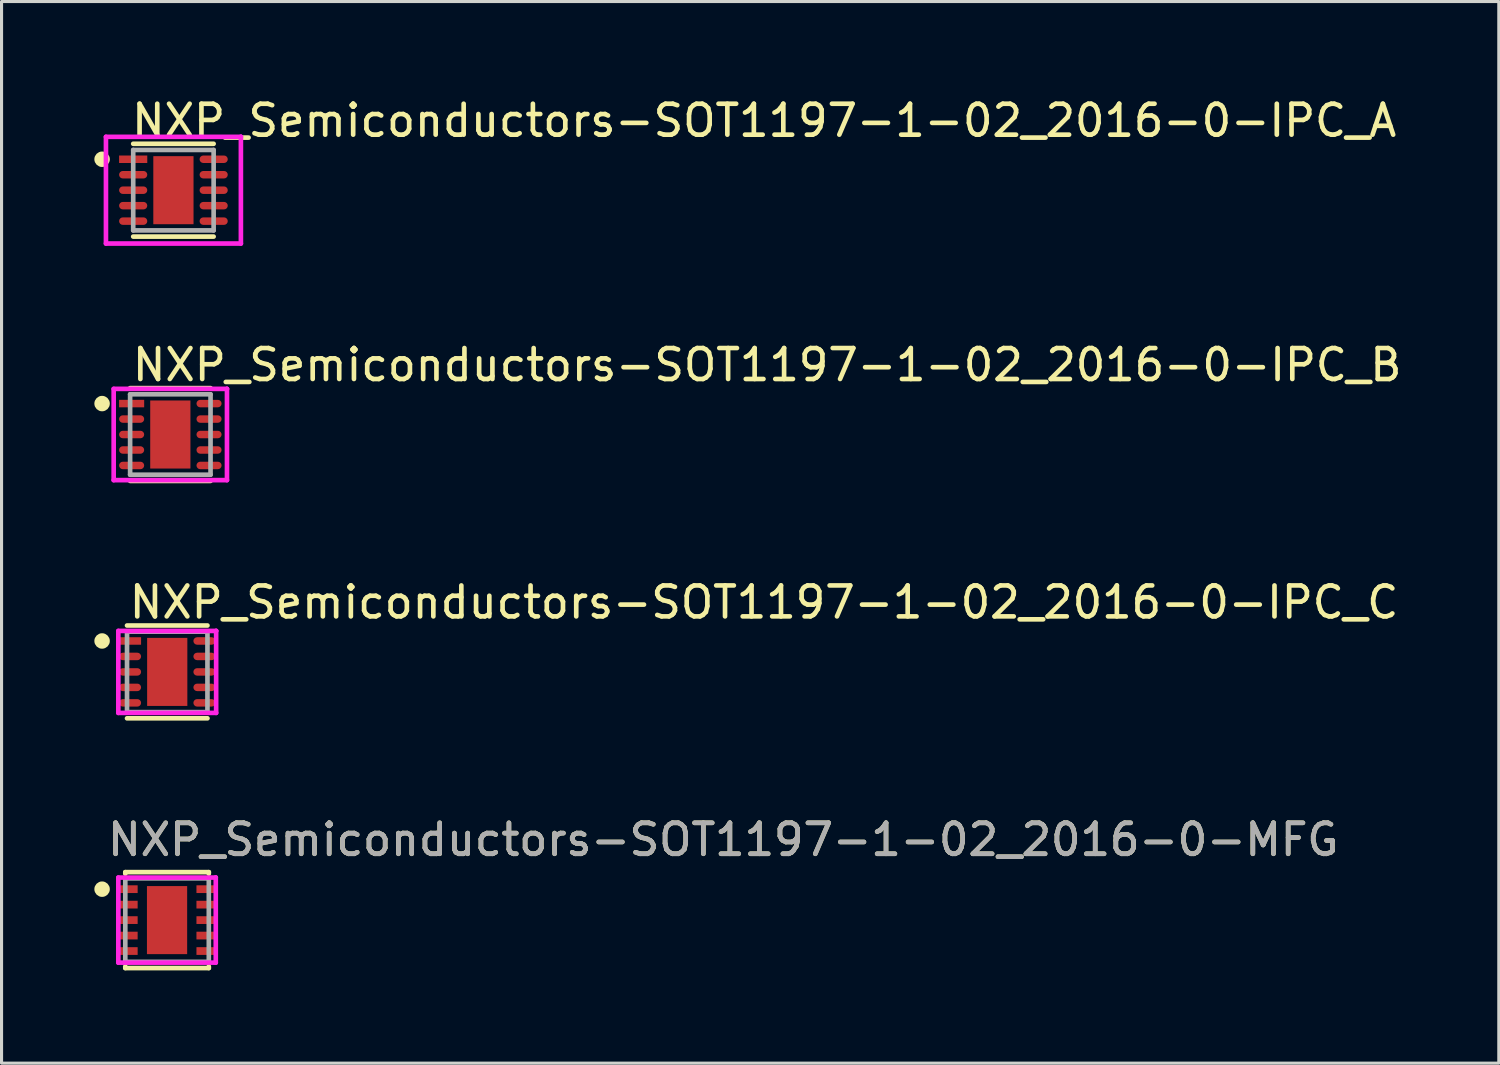
<source format=kicad_pcb>
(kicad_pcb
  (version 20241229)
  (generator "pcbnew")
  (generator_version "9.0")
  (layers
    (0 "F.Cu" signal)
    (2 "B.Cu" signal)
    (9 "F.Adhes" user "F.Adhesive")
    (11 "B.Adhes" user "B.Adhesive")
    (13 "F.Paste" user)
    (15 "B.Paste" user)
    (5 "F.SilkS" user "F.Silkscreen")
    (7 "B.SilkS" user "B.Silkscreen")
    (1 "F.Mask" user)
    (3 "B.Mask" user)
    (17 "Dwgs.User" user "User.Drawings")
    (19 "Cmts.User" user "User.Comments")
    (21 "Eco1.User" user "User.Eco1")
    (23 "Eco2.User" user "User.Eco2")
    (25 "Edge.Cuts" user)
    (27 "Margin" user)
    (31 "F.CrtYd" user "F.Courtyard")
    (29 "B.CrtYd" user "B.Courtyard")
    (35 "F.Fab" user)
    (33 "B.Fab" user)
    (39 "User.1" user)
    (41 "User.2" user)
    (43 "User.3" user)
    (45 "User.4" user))
  (footprint "NXP_Semiconductors-SOT1197-1-02_2016-0-IPC_B"
    (layer "F.Cu")
    (at 2.456 10.996)
    (property "Reference" "NXP_Semiconductors-SOT1197-1-02_2016-0-IPC_B" (at -1.306 -2.25 0) (layer "F.SilkS") (effects (font (size 1 1) (thickness 0.15)) (justify left)))
    (attr through_hole)
    (fp_line (start -1.3 -1.5) (end 1.3 -1.5) (stroke (width 0.15) (type solid)) (layer "F.SilkS"))
    (fp_line (start -1.3 1.5) (end 1.3 1.5) (stroke (width 0.15) (type solid)) (layer "F.SilkS"))
    (fp_circle (center -2.206 -1) (end -2.081 -1) (stroke (width 0.25) (type solid)) (fill no) (layer "F.SilkS"))
    (fp_poly (pts (xy -0.355 -0.805) (xy 0.355 -0.805) (xy 0.355 0.805) (xy -0.355 0.805)) (stroke (width 0) (type solid)) (fill yes) (layer "F.Paste"))
    (fp_line (start -1.831 -1.475) (end -1.831 1.475) (stroke (width 0.15) (type solid)) (layer "F.CrtYd"))
    (fp_line (start -1.831 1.475) (end 1.831 1.475) (stroke (width 0.15) (type solid)) (layer "F.CrtYd"))
    (fp_line (start 1.831 -1.475) (end -1.831 -1.475) (stroke (width 0.15) (type solid)) (layer "F.CrtYd"))
    (fp_line (start 1.831 -1.475) (end 1.831 -1.475) (stroke (width 0.15) (type solid)) (layer "F.CrtYd"))
    (fp_line (start 1.831 1.475) (end 1.831 -1.475) (stroke (width 0.15) (type solid)) (layer "F.CrtYd"))
    (fp_line (start -1.3 -1.3) (end 1.3 -1.3) (stroke (width 0.15) (type solid)) (layer "F.Fab"))
    (fp_line (start -1.3 1.3) (end -1.3 -1.3) (stroke (width 0.15) (type solid)) (layer "F.Fab"))
    (fp_line (start 1.3 -1.3) (end 1.3 1.3) (stroke (width 0.15) (type solid)) (layer "F.Fab"))
    (fp_line (start 1.3 1.3) (end -1.3 1.3) (stroke (width 0.15) (type solid)) (layer "F.Fab"))
    (pad "1" smd rect (at -1.251 -1) (size 0.811 0.242) (layers "F.Cu" "F.Mask" "F.Paste"))
    (pad "2" smd roundrect (at -1.251 -0.5) (size 0.811 0.242) (layers "F.Cu" "F.Mask" "F.Paste") (roundrect_rratio 0.5))
    (pad "3" smd roundrect (at -1.251 0) (size 0.811 0.242) (layers "F.Cu" "F.Mask" "F.Paste") (roundrect_rratio 0.5))
    (pad "4" smd roundrect (at -1.251 0.5) (size 0.811 0.242) (layers "F.Cu" "F.Mask" "F.Paste") (roundrect_rratio 0.5))
    (pad "5" smd roundrect (at -1.251 1) (size 0.811 0.242) (layers "F.Cu" "F.Mask" "F.Paste") (roundrect_rratio 0.5))
    (pad "6" smd roundrect (at 1.251 1) (size 0.811 0.242) (layers "F.Cu" "F.Mask" "F.Paste") (roundrect_rratio 0.5))
    (pad "7" smd roundrect (at 1.251 0.5) (size 0.811 0.242) (layers "F.Cu" "F.Mask" "F.Paste") (roundrect_rratio 0.5))
    (pad "8" smd roundrect (at 1.251 0) (size 0.811 0.242) (layers "F.Cu" "F.Mask" "F.Paste") (roundrect_rratio 0.5))
    (pad "9" smd roundrect (at 1.251 -0.5) (size 0.811 0.242) (layers "F.Cu" "F.Mask" "F.Paste") (roundrect_rratio 0.5))
    (pad "10" smd roundrect (at 1.251 -1) (size 0.811 0.242) (layers "F.Cu" "F.Mask" "F.Paste") (roundrect_rratio 0.5))
    (pad "11" smd rect (at 0 0) (size 1.3 2.2) (layers "F.Cu" "F.Mask")))
  (footprint "NXP_Semiconductors-SOT1197-1-02_2016-0-MFG"
    (layer "F.Cu")
    (at 2.35 26.693)
    (property "Reference" "NXP_Semiconductors-SOT1197-1-02_2016-0-MFG" (at -2 -2.6 0) (layer "F.SilkS") (effects (font (size 1 1) (thickness 0.15)) (justify left)))
    (attr through_hole)
    (fp_line (start -1.35 -1.55) (end 1.35 -1.55) (stroke (width 0.15) (type solid)) (layer "F.SilkS"))
    (fp_line (start -1.35 -1.5) (end -1.35 -1.55) (stroke (width 0.15) (type solid)) (layer "F.SilkS"))
    (fp_line (start -1.35 1.55) (end -1.35 1.5) (stroke (width 0.15) (type solid)) (layer "F.SilkS"))
    (fp_line (start -1.35 1.55) (end 1.35 1.55) (stroke (width 0.15) (type solid)) (layer "F.SilkS"))
    (fp_line (start 1.35 -1.5) (end 1.35 -1.55) (stroke (width 0.15) (type solid)) (layer "F.SilkS"))
    (fp_line (start 1.35 1.55) (end 1.35 1.5) (stroke (width 0.15) (type solid)) (layer "F.SilkS"))
    (fp_circle (center -2.1 -1) (end -1.975 -1) (stroke (width 0.25) (type solid)) (fill no) (layer "F.SilkS"))
    (fp_line (start -1.575 -1.375) (end -1.575 1.375) (stroke (width 0.15) (type solid)) (layer "F.CrtYd"))
    (fp_line (start -1.575 1.375) (end 1.575 1.375) (stroke (width 0.15) (type solid)) (layer "F.CrtYd"))
    (fp_line (start 1.575 -1.375) (end -1.575 -1.375) (stroke (width 0.15) (type solid)) (layer "F.CrtYd"))
    (fp_line (start 1.575 -1.375) (end 1.575 -1.375) (stroke (width 0.15) (type solid)) (layer "F.CrtYd"))
    (fp_line (start 1.575 1.375) (end 1.575 -1.375) (stroke (width 0.15) (type solid)) (layer "F.CrtYd"))
    (fp_line (start -1.35 -1.35) (end 1.35 -1.35) (stroke (width 0.15) (type solid)) (layer "F.Fab"))
    (fp_line (start -1.35 1.35) (end -1.35 -1.35) (stroke (width 0.15) (type solid)) (layer "F.Fab"))
    (fp_line (start 1.35 -1.35) (end 1.35 1.35) (stroke (width 0.15) (type solid)) (layer "F.Fab"))
    (fp_line (start 1.35 1.35) (end -1.35 1.35) (stroke (width 0.15) (type solid)) (layer "F.Fab"))
    (fp_text user "${REFERENCE}" (at -2 -2.6 0) (layer "F.Fab") (effects (font (size 1 1) (thickness 0.15)) (justify left)))
    (pad "" smd rect (at 0 0) (size 0.4 0.8) (layers "F.Paste"))
    (pad "1" smd rect (at -1.238 -1) (size 0.575 0.25) (layers "F.Cu" "F.Mask" "F.Paste"))
    (pad "2" smd rect (at -1.238 -0.5) (size 0.575 0.25) (layers "F.Cu" "F.Mask" "F.Paste"))
    (pad "3" smd rect (at -1.238 0) (size 0.575 0.25) (layers "F.Cu" "F.Mask" "F.Paste"))
    (pad "4" smd rect (at -1.238 0.5) (size 0.575 0.25) (layers "F.Cu" "F.Mask" "F.Paste"))
    (pad "5" smd rect (at -1.238 1) (size 0.575 0.25) (layers "F.Cu" "F.Mask" "F.Paste"))
    (pad "6" smd rect (at 1.238 1) (size 0.575 0.25) (layers "F.Cu" "F.Mask" "F.Paste"))
    (pad "7" smd rect (at 1.238 0.5) (size 0.575 0.25) (layers "F.Cu" "F.Mask" "F.Paste"))
    (pad "8" smd rect (at 1.238 0) (size 0.575 0.25) (layers "F.Cu" "F.Mask" "F.Paste"))
    (pad "9" smd rect (at 1.238 -0.5) (size 0.575 0.25) (layers "F.Cu" "F.Mask" "F.Paste"))
    (pad "10" smd rect (at 1.238 -1) (size 0.575 0.25) (layers "F.Cu" "F.Mask" "F.Paste"))
    (pad "11" smd rect (at 0 0) (size 1.3 2.2) (layers "F.Cu" "F.Mask")))
  (footprint "NXP_Semiconductors-SOT1197-1-02_2016-0-IPC_A"
    (layer "F.Cu")
    (at 2.556 3.098)
    (property "Reference" "NXP_Semiconductors-SOT1197-1-02_2016-0-IPC_A" (at -1.431 -2.25 0) (layer "F.SilkS") (effects (font (size 1 1) (thickness 0.15)) (justify left)))
    (attr through_hole)
    (fp_line (start -1.3 -1.5) (end 1.3 -1.5) (stroke (width 0.15) (type solid)) (layer "F.SilkS"))
    (fp_line (start -1.3 1.5) (end 1.3 1.5) (stroke (width 0.15) (type solid)) (layer "F.SilkS"))
    (fp_circle (center -2.306 -1) (end -2.181 -1) (stroke (width 0.25) (type solid)) (fill no) (layer "F.SilkS"))
    (fp_poly (pts (xy -0.355 -0.805) (xy 0.355 -0.805) (xy 0.355 0.805) (xy -0.355 0.805)) (stroke (width 0) (type solid)) (fill yes) (layer "F.Paste"))
    (fp_line (start -2.181 -1.725) (end -2.181 1.725) (stroke (width 0.15) (type solid)) (layer "F.CrtYd"))
    (fp_line (start -2.181 1.725) (end 2.181 1.725) (stroke (width 0.15) (type solid)) (layer "F.CrtYd"))
    (fp_line (start 2.181 -1.725) (end -2.181 -1.725) (stroke (width 0.15) (type solid)) (layer "F.CrtYd"))
    (fp_line (start 2.181 -1.725) (end 2.181 -1.725) (stroke (width 0.15) (type solid)) (layer "F.CrtYd"))
    (fp_line (start 2.181 1.725) (end 2.181 -1.725) (stroke (width 0.15) (type solid)) (layer "F.CrtYd"))
    (fp_line (start -1.3 -1.3) (end 1.3 -1.3) (stroke (width 0.15) (type solid)) (layer "F.Fab"))
    (fp_line (start -1.3 1.3) (end -1.3 -1.3) (stroke (width 0.15) (type solid)) (layer "F.Fab"))
    (fp_line (start 1.3 -1.3) (end 1.3 1.3) (stroke (width 0.15) (type solid)) (layer "F.Fab"))
    (fp_line (start 1.3 1.3) (end -1.3 1.3) (stroke (width 0.15) (type solid)) (layer "F.Fab"))
    (pad "1" smd rect (at -1.301 -1) (size 0.911 0.242) (layers "F.Cu" "F.Mask" "F.Paste"))
    (pad "2" smd roundrect (at -1.301 -0.5) (size 0.911 0.242) (layers "F.Cu" "F.Mask" "F.Paste") (roundrect_rratio 0.5))
    (pad "3" smd roundrect (at -1.301 0) (size 0.911 0.242) (layers "F.Cu" "F.Mask" "F.Paste") (roundrect_rratio 0.5))
    (pad "4" smd roundrect (at -1.301 0.5) (size 0.911 0.242) (layers "F.Cu" "F.Mask" "F.Paste") (roundrect_rratio 0.5))
    (pad "5" smd roundrect (at -1.301 1) (size 0.911 0.242) (layers "F.Cu" "F.Mask" "F.Paste") (roundrect_rratio 0.5))
    (pad "6" smd roundrect (at 1.301 1) (size 0.911 0.242) (layers "F.Cu" "F.Mask" "F.Paste") (roundrect_rratio 0.5))
    (pad "7" smd roundrect (at 1.301 0.5) (size 0.911 0.242) (layers "F.Cu" "F.Mask" "F.Paste") (roundrect_rratio 0.5))
    (pad "8" smd roundrect (at 1.301 0) (size 0.911 0.242) (layers "F.Cu" "F.Mask" "F.Paste") (roundrect_rratio 0.5))
    (pad "9" smd roundrect (at 1.301 -0.5) (size 0.911 0.242) (layers "F.Cu" "F.Mask" "F.Paste") (roundrect_rratio 0.5))
    (pad "10" smd roundrect (at 1.301 -1) (size 0.911 0.242) (layers "F.Cu" "F.Mask" "F.Paste") (roundrect_rratio 0.5))
    (pad "11" smd rect (at 0 0) (size 1.3 2.2) (layers "F.Cu" "F.Mask")))
  (footprint "NXP_Semiconductors-SOT1197-1-02_2016-0-IPC_C"
    (layer "F.Cu")
    (at 2.356 18.67)
    (property "Reference" "NXP_Semiconductors-SOT1197-1-02_2016-0-IPC_C" (at -1.306 -2.25 0) (layer "F.SilkS") (effects (font (size 1 1) (thickness 0.15)) (justify left)))
    (attr through_hole)
    (fp_line (start -1.3 -1.5) (end 1.3 -1.5) (stroke (width 0.15) (type solid)) (layer "F.SilkS"))
    (fp_line (start -1.3 1.5) (end 1.3 1.5) (stroke (width 0.15) (type solid)) (layer "F.SilkS"))
    (fp_circle (center -2.106 -1) (end -1.981 -1) (stroke (width 0.25) (type solid)) (fill no) (layer "F.SilkS"))
    (fp_poly (pts (xy -0.355 -0.805) (xy 0.355 -0.805) (xy 0.355 0.805) (xy -0.355 0.805)) (stroke (width 0) (type solid)) (fill yes) (layer "F.Paste"))
    (fp_line (start -1.581 -1.325) (end -1.581 1.325) (stroke (width 0.15) (type solid)) (layer "F.CrtYd"))
    (fp_line (start -1.581 1.325) (end 1.581 1.325) (stroke (width 0.15) (type solid)) (layer "F.CrtYd"))
    (fp_line (start 1.581 -1.325) (end -1.581 -1.325) (stroke (width 0.15) (type solid)) (layer "F.CrtYd"))
    (fp_line (start 1.581 -1.325) (end 1.581 -1.325) (stroke (width 0.15) (type solid)) (layer "F.CrtYd"))
    (fp_line (start 1.581 1.325) (end 1.581 -1.325) (stroke (width 0.15) (type solid)) (layer "F.CrtYd"))
    (fp_line (start -1.3 -1.3) (end 1.3 -1.3) (stroke (width 0.15) (type solid)) (layer "F.Fab"))
    (fp_line (start -1.3 1.3) (end -1.3 -1.3) (stroke (width 0.15) (type solid)) (layer "F.Fab"))
    (fp_line (start 1.3 -1.3) (end 1.3 1.3) (stroke (width 0.15) (type solid)) (layer "F.Fab"))
    (fp_line (start 1.3 1.3) (end -1.3 1.3) (stroke (width 0.15) (type solid)) (layer "F.Fab"))
    (pad "1" smd rect (at -1.201 -1) (size 0.711 0.242) (layers "F.Cu" "F.Mask" "F.Paste"))
    (pad "2" smd roundrect (at -1.201 -0.5) (size 0.711 0.242) (layers "F.Cu" "F.Mask" "F.Paste") (roundrect_rratio 0.5))
    (pad "3" smd roundrect (at -1.201 0) (size 0.711 0.242) (layers "F.Cu" "F.Mask" "F.Paste") (roundrect_rratio 0.5))
    (pad "4" smd roundrect (at -1.201 0.5) (size 0.711 0.242) (layers "F.Cu" "F.Mask" "F.Paste") (roundrect_rratio 0.5))
    (pad "5" smd roundrect (at -1.201 1) (size 0.711 0.242) (layers "F.Cu" "F.Mask" "F.Paste") (roundrect_rratio 0.5))
    (pad "6" smd roundrect (at 1.201 1) (size 0.711 0.242) (layers "F.Cu" "F.Mask" "F.Paste") (roundrect_rratio 0.5))
    (pad "7" smd roundrect (at 1.201 0.5) (size 0.711 0.242) (layers "F.Cu" "F.Mask" "F.Paste") (roundrect_rratio 0.5))
    (pad "8" smd roundrect (at 1.201 0) (size 0.711 0.242) (layers "F.Cu" "F.Mask" "F.Paste") (roundrect_rratio 0.5))
    (pad "9" smd roundrect (at 1.201 -0.5) (size 0.711 0.242) (layers "F.Cu" "F.Mask" "F.Paste") (roundrect_rratio 0.5))
    (pad "10" smd roundrect (at 1.201 -1) (size 0.711 0.242) (layers "F.Cu" "F.Mask" "F.Paste") (roundrect_rratio 0.5))
    (pad "11" smd rect (at 0 0) (size 1.3 2.2) (layers "F.Cu" "F.Mask")))
  (gr_rect
    (start -3 -3)
    (end 45.4 31.318)
    (stroke (width 0.1) (type default))
    (fill no)
    (layer "Edge.Cuts")))
</source>
